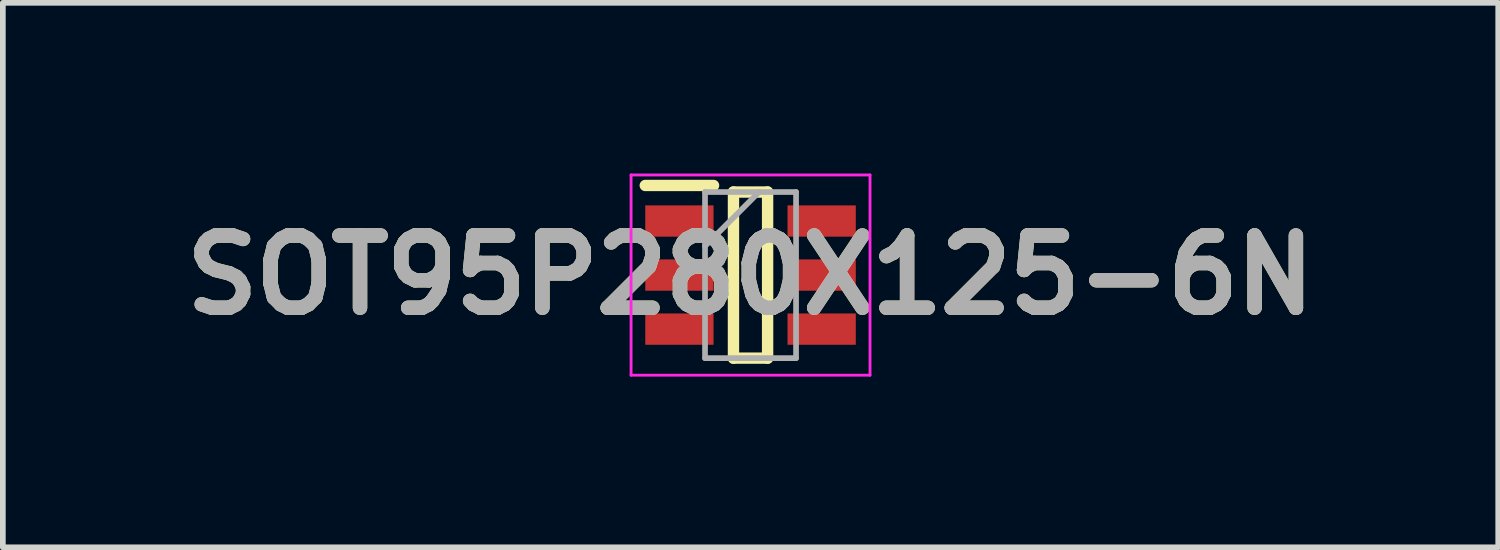
<source format=kicad_pcb>
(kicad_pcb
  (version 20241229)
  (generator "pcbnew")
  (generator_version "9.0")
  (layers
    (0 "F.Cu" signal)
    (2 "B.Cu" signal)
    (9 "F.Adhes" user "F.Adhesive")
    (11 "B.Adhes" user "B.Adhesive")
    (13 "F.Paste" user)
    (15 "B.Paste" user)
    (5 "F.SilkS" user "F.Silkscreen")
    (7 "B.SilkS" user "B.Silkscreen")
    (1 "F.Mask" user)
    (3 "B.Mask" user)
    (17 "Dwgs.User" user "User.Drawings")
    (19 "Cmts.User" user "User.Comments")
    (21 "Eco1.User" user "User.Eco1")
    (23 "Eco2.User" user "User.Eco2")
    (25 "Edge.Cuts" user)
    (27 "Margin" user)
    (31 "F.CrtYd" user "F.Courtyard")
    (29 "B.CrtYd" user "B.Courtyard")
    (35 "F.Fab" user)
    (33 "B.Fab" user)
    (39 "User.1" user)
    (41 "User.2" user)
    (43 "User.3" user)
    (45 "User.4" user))
  (footprint "SOT95P280X125-6N"
    (layer "F.Cu")
    (at 10.142 1.785)
    (property "Reference" "SOT95P280X125-6N" (at 0 0 0) (layer "F.SilkS") (effects (font (size 1.27 1.27) (thickness 0.254))))
    (attr smd)
    (fp_line (start -1.85 -1.575) (end -0.65 -1.575) (stroke (width 0.2) (type solid)) (layer "F.SilkS"))
    (fp_line (start -0.3 -1.46) (end 0.3 -1.46) (stroke (width 0.2) (type solid)) (layer "F.SilkS"))
    (fp_line (start -0.3 1.46) (end -0.3 -1.46) (stroke (width 0.2) (type solid)) (layer "F.SilkS"))
    (fp_line (start 0.3 -1.46) (end 0.3 1.46) (stroke (width 0.2) (type solid)) (layer "F.SilkS"))
    (fp_line (start 0.3 1.46) (end -0.3 1.46) (stroke (width 0.2) (type solid)) (layer "F.SilkS"))
    (fp_line (start -2.1 -1.76) (end 2.1 -1.76) (stroke (width 0.05) (type solid)) (layer "F.CrtYd"))
    (fp_line (start -2.1 1.76) (end -2.1 -1.76) (stroke (width 0.05) (type solid)) (layer "F.CrtYd"))
    (fp_line (start 2.1 -1.76) (end 2.1 1.76) (stroke (width 0.05) (type solid)) (layer "F.CrtYd"))
    (fp_line (start 2.1 1.76) (end -2.1 1.76) (stroke (width 0.05) (type solid)) (layer "F.CrtYd"))
    (fp_line (start -0.8 -1.46) (end 0.8 -1.46) (stroke (width 0.1) (type solid)) (layer "F.Fab"))
    (fp_line (start -0.8 -0.51) (end 0.15 -1.46) (stroke (width 0.1) (type solid)) (layer "F.Fab"))
    (fp_line (start -0.8 1.46) (end -0.8 -1.46) (stroke (width 0.1) (type solid)) (layer "F.Fab"))
    (fp_line (start 0.8 -1.46) (end 0.8 1.46) (stroke (width 0.1) (type solid)) (layer "F.Fab"))
    (fp_line (start 0.8 1.46) (end -0.8 1.46) (stroke (width 0.1) (type solid)) (layer "F.Fab"))
    (fp_text user "${REFERENCE}" (at 0 0 0) (layer "F.Fab") (effects (font (size 1.27 1.27) (thickness 0.254))))
    (pad "1" smd rect (at -1.25 -0.95 90) (size 0.55 1.2) (layers "F.Cu" "F.Mask" "F.Paste"))
    (pad "2" smd rect (at -1.25 0 90) (size 0.55 1.2) (layers "F.Cu" "F.Mask" "F.Paste"))
    (pad "3" smd rect (at -1.25 0.95 90) (size 0.55 1.2) (layers "F.Cu" "F.Mask" "F.Paste"))
    (pad "4" smd rect (at 1.25 0.95 90) (size 0.55 1.2) (layers "F.Cu" "F.Mask" "F.Paste"))
    (pad "5" smd rect (at 1.25 0 90) (size 0.55 1.2) (layers "F.Cu" "F.Mask" "F.Paste"))
    (pad "6" smd rect (at 1.25 -0.95 90) (size 0.55 1.2) (layers "F.Cu" "F.Mask" "F.Paste")))
  (gr_rect
    (start -3 -3)
    (end 23.284 6.57)
    (stroke (width 0.1) (type default))
    (fill no)
    (layer "Edge.Cuts")))
</source>
